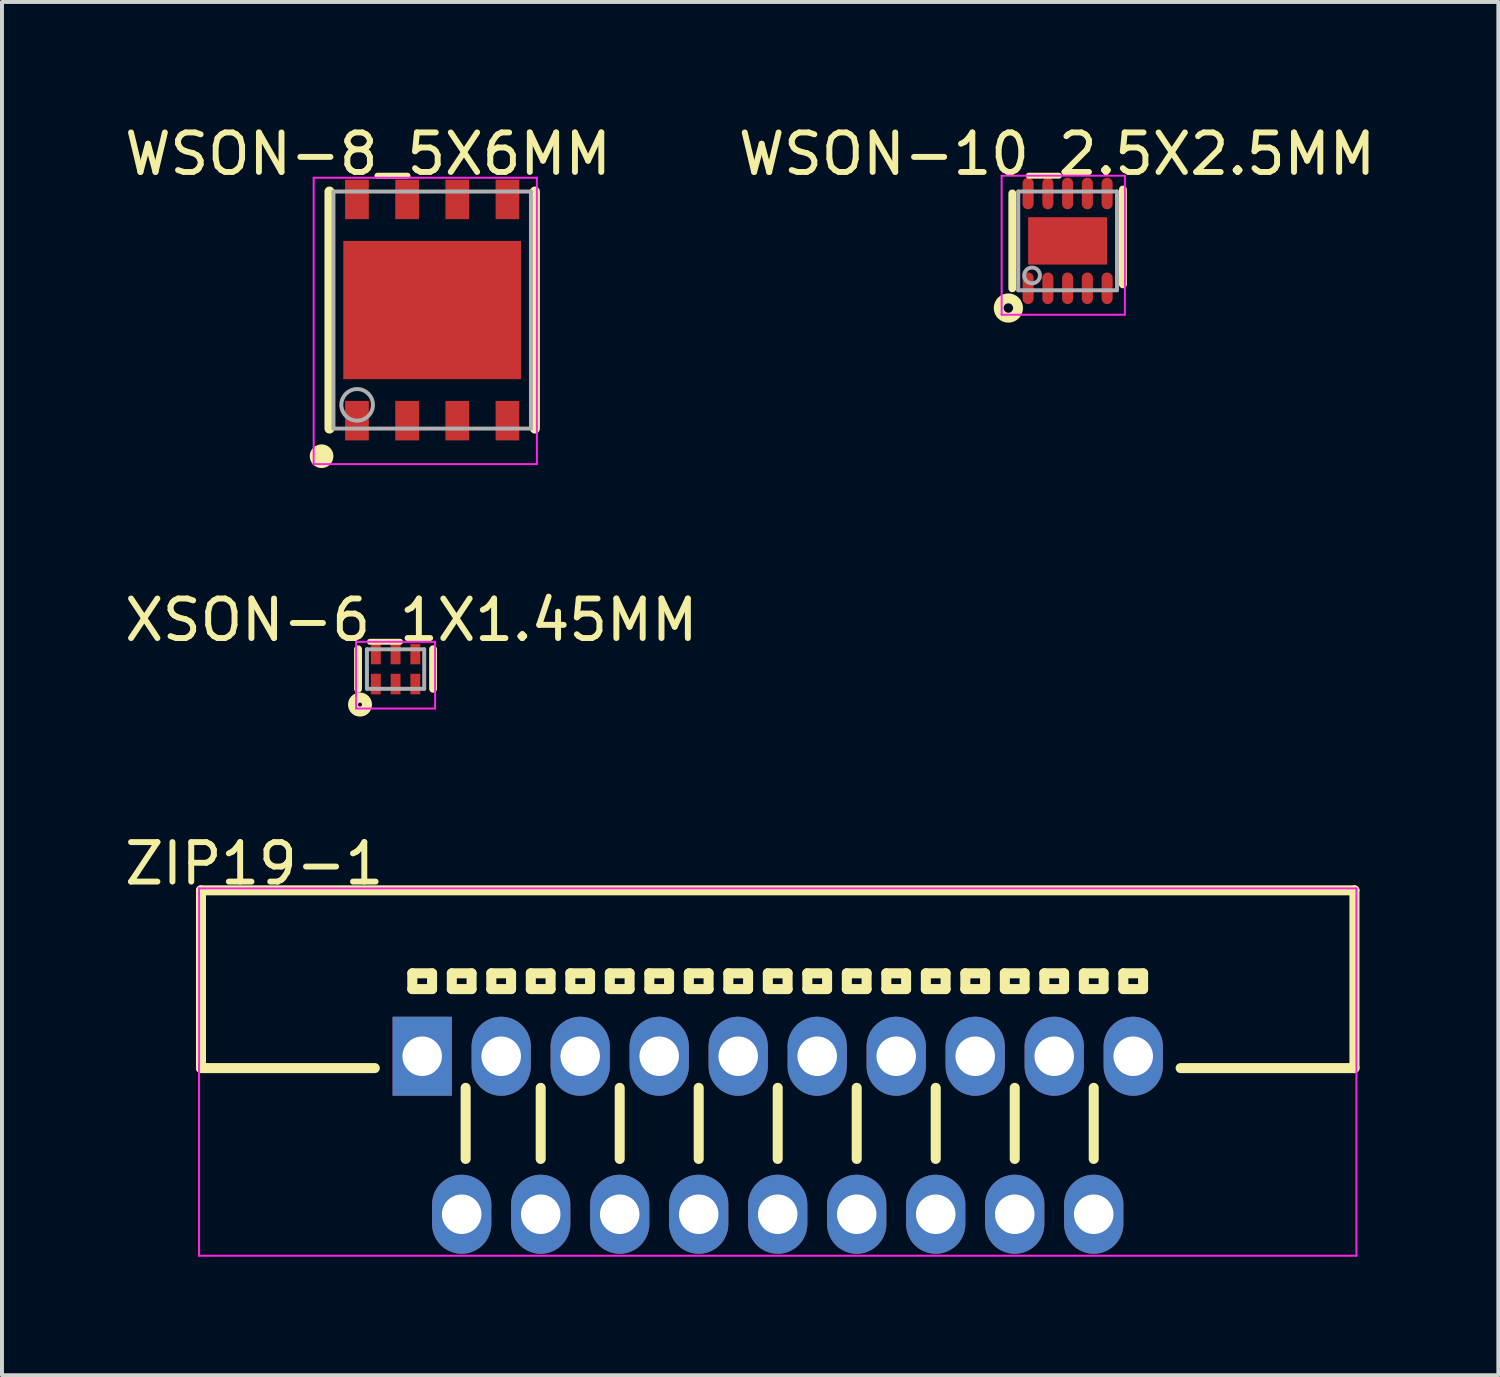
<source format=kicad_pcb>
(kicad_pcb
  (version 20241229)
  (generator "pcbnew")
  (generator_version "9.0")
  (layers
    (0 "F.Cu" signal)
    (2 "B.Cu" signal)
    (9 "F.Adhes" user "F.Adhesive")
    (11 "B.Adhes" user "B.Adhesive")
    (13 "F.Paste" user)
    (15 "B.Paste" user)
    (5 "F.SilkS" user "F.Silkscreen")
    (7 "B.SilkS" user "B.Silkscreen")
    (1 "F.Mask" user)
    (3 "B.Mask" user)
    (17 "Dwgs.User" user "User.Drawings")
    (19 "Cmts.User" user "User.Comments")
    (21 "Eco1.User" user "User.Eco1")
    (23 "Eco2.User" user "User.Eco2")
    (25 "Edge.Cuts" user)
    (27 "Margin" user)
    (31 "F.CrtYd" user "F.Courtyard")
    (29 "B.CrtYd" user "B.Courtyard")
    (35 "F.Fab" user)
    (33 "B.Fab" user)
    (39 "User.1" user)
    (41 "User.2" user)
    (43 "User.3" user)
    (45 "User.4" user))
  (footprint "WSON-8_5X6MM"
    (layer "F.Cu")
    (at 7.891 4.799)
    (property "Reference" "WSON-8_5X6MM" (at -1.624 -3.951 0) (layer "F.SilkS") (effects (font (size 1 1) (thickness 0.15))))
    (attr through_hole)
    (fp_line (start -2.6 3) (end -2.6 -3) (stroke (width 0.254) (type solid)) (layer "F.SilkS"))
    (fp_line (start 2.6 3) (end 2.6 -3) (stroke (width 0.254) (type solid)) (layer "F.SilkS"))
    (fp_circle (center -2.8 3.7) (end -2.65 3.7) (stroke (width 0.3) (type solid)) (fill no) (layer "F.SilkS"))
    (fp_line (start -3 -3.35) (end 2.65 -3.35) (stroke (width 0.05) (type solid)) (layer "F.CrtYd"))
    (fp_line (start -3 3.9) (end -3 -3.35) (stroke (width 0.05) (type solid)) (layer "F.CrtYd"))
    (fp_line (start 2.65 -3.35) (end 2.65 3.9) (stroke (width 0.05) (type solid)) (layer "F.CrtYd"))
    (fp_line (start 2.65 3.9) (end -3 3.9) (stroke (width 0.05) (type solid)) (layer "F.CrtYd"))
    (fp_line (start -2.5 -3) (end 2.5 -3) (stroke (width 0.1) (type solid)) (layer "F.Fab"))
    (fp_line (start -2.5 3) (end -2.5 -3) (stroke (width 0.1) (type solid)) (layer "F.Fab"))
    (fp_line (start -2.5 3) (end 2.5 3) (stroke (width 0.1) (type solid)) (layer "F.Fab"))
    (fp_line (start 2.5 3) (end 2.5 -3) (stroke (width 0.1) (type solid)) (layer "F.Fab"))
    (fp_circle (center -1.9 2.4) (end -1.5 2.4) (stroke (width 0.1) (type solid)) (fill no) (layer "F.Fab"))
    (pad "0" smd rect (at 0 0 180) (size 4.5 3.5) (layers "F.Cu" "F.Mask" "F.Paste"))
    (pad "1" smd rect (at -1.905 2.8 180) (size 0.6 1) (layers "F.Cu" "F.Mask" "F.Paste"))
    (pad "2" smd rect (at -0.635 2.8 180) (size 0.6 1) (layers "F.Cu" "F.Mask" "F.Paste"))
    (pad "3" smd rect (at 0.635 2.8 180) (size 0.6 1) (layers "F.Cu" "F.Mask" "F.Paste"))
    (pad "4" smd rect (at 1.905 2.8 180) (size 0.6 1) (layers "F.Cu" "F.Mask" "F.Paste"))
    (pad "5" smd rect (at 1.905 -2.8) (size 0.6 1) (layers "F.Cu" "F.Mask" "F.Paste"))
    (pad "6" smd rect (at 0.635 -2.8) (size 0.6 1) (layers "F.Cu" "F.Mask" "F.Paste"))
    (pad "7" smd rect (at -0.635 -2.8) (size 0.6 1) (layers "F.Cu" "F.Mask" "F.Paste"))
    (pad "8" smd rect (at -1.905 -2.8) (size 0.6 1) (layers "F.Cu" "F.Mask" "F.Paste")))
  (footprint "XSON-6_1X1.45MM"
    (layer "F.Cu")
    (at 6.964 13.887)
    (property "Reference" "XSON-6_1X1.45MM" (at 0.399 -1.24 0) (layer "F.SilkS") (effects (font (size 1 1) (thickness 0.15))))
    (attr through_hole)
    (fp_line (start -0.95 0.5) (end -0.95 -0.5) (stroke (width 0.2) (type solid)) (layer "F.SilkS"))
    (fp_line (start 0.95 0.5) (end 0.95 -0.5) (stroke (width 0.2) (type solid)) (layer "F.SilkS"))
    (fp_circle (center -0.9 0.9) (end -0.85 0.9) (stroke (width 0.254) (type solid)) (fill no) (layer "F.SilkS"))
    (fp_line (start -1 -0.69) (end 1 -0.69) (stroke (width 0.05) (type solid)) (layer "F.CrtYd"))
    (fp_line (start -1 1) (end -1 -0.69) (stroke (width 0.05) (type solid)) (layer "F.CrtYd"))
    (fp_line (start 1 -0.69) (end 1 1) (stroke (width 0.05) (type solid)) (layer "F.CrtYd"))
    (fp_line (start 1 1) (end -1 1) (stroke (width 0.05) (type solid)) (layer "F.CrtYd"))
    (fp_line (start -0.725 -0.5) (end 0.725 -0.5) (stroke (width 0.1) (type solid)) (layer "F.Fab"))
    (fp_line (start -0.725 0.5) (end -0.725 -0.5) (stroke (width 0.1) (type solid)) (layer "F.Fab"))
    (fp_line (start -0.725 0.5) (end 0.725 0.5) (stroke (width 0.1) (type solid)) (layer "F.Fab"))
    (fp_line (start 0.725 0.5) (end 0.725 -0.5) (stroke (width 0.1) (type solid)) (layer "F.Fab"))
    (pad "1" smd rect (at -0.5 0.38) (size 0.25 0.52) (layers "F.Cu" "F.Mask" "F.Paste"))
    (pad "2" smd rect (at 0 0.38) (size 0.25 0.52) (layers "F.Cu" "F.Mask" "F.Paste"))
    (pad "3" smd rect (at 0.5 0.38) (size 0.25 0.52) (layers "F.Cu" "F.Mask" "F.Paste"))
    (pad "4" smd rect (at 0.5 -0.38 180) (size 0.25 0.52) (layers "F.Cu" "F.Mask" "F.Paste"))
    (pad "5" smd rect (at 0 -0.38 180) (size 0.25 0.52) (layers "F.Cu" "F.Mask" "F.Paste"))
    (pad "6" smd rect (at -0.5 -0.38 180) (size 0.25 0.52) (layers "F.Cu" "F.Mask" "F.Paste")))
  (footprint "ZIP19-1"
    (layer "F.Cu")
    (at 16.638 25.689)
    (property "Reference" "ZIP19-1" (at -13.251 -6.876 0) (layer "F.SilkS") (effects (font (size 1 1) (thickness 0.15))))
    (attr through_hole)
    (fp_line (start -14.6 -6.2) (end 14.6 -6.2) (stroke (width 0.254) (type solid)) (layer "F.SilkS"))
    (fp_line (start -14.6 -1.7) (end -14.6 -6.2) (stroke (width 0.254) (type solid)) (layer "F.SilkS"))
    (fp_line (start -14.6 -1.7) (end -10.2 -1.7) (stroke (width 0.254) (type solid)) (layer "F.SilkS"))
    (fp_line (start -9.25 -4.1) (end -8.75 -4.1) (stroke (width 0.254) (type solid)) (layer "F.SilkS"))
    (fp_line (start -9.25 -3.7) (end -9.25 -4.1) (stroke (width 0.254) (type solid)) (layer "F.SilkS"))
    (fp_line (start -9.25 -3.7) (end -8.75 -3.7) (stroke (width 0.254) (type solid)) (layer "F.SilkS"))
    (fp_line (start -8.75 -3.7) (end -8.75 -4.1) (stroke (width 0.254) (type solid)) (layer "F.SilkS"))
    (fp_line (start -8.25 -4.1) (end -7.75 -4.1) (stroke (width 0.254) (type solid)) (layer "F.SilkS"))
    (fp_line (start -8.25 -3.7) (end -8.25 -4.1) (stroke (width 0.254) (type solid)) (layer "F.SilkS"))
    (fp_line (start -8.25 -3.7) (end -7.75 -3.7) (stroke (width 0.254) (type solid)) (layer "F.SilkS"))
    (fp_line (start -7.9 0.6) (end -7.9 -1.2) (stroke (width 0.254) (type solid)) (layer "F.SilkS"))
    (fp_line (start -7.75 -3.7) (end -7.75 -4.1) (stroke (width 0.254) (type solid)) (layer "F.SilkS"))
    (fp_line (start -7.25 -4.1) (end -6.75 -4.1) (stroke (width 0.254) (type solid)) (layer "F.SilkS"))
    (fp_line (start -7.25 -3.7) (end -7.25 -4.1) (stroke (width 0.254) (type solid)) (layer "F.SilkS"))
    (fp_line (start -7.25 -3.7) (end -6.75 -3.7) (stroke (width 0.254) (type solid)) (layer "F.SilkS"))
    (fp_line (start -6.75 -3.7) (end -6.75 -4.1) (stroke (width 0.254) (type solid)) (layer "F.SilkS"))
    (fp_line (start -6.25 -4.1) (end -5.75 -4.1) (stroke (width 0.254) (type solid)) (layer "F.SilkS"))
    (fp_line (start -6.25 -3.7) (end -6.25 -4.1) (stroke (width 0.254) (type solid)) (layer "F.SilkS"))
    (fp_line (start -6.25 -3.7) (end -5.75 -3.7) (stroke (width 0.254) (type solid)) (layer "F.SilkS"))
    (fp_line (start -6 0.6) (end -6 -1.2) (stroke (width 0.254) (type solid)) (layer "F.SilkS"))
    (fp_line (start -5.75 -3.7) (end -5.75 -4.1) (stroke (width 0.254) (type solid)) (layer "F.SilkS"))
    (fp_line (start -5.25 -4.1) (end -4.75 -4.1) (stroke (width 0.254) (type solid)) (layer "F.SilkS"))
    (fp_line (start -5.25 -3.7) (end -5.25 -4.1) (stroke (width 0.254) (type solid)) (layer "F.SilkS"))
    (fp_line (start -5.25 -3.7) (end -4.75 -3.7) (stroke (width 0.254) (type solid)) (layer "F.SilkS"))
    (fp_line (start -4.75 -3.7) (end -4.75 -4.1) (stroke (width 0.254) (type solid)) (layer "F.SilkS"))
    (fp_line (start -4.25 -4.1) (end -3.75 -4.1) (stroke (width 0.254) (type solid)) (layer "F.SilkS"))
    (fp_line (start -4.25 -3.7) (end -4.25 -4.1) (stroke (width 0.254) (type solid)) (layer "F.SilkS"))
    (fp_line (start -4.25 -3.7) (end -3.75 -3.7) (stroke (width 0.254) (type solid)) (layer "F.SilkS"))
    (fp_line (start -4 0.6) (end -4 -1.2) (stroke (width 0.254) (type solid)) (layer "F.SilkS"))
    (fp_line (start -3.75 -3.7) (end -3.75 -4.1) (stroke (width 0.254) (type solid)) (layer "F.SilkS"))
    (fp_line (start -3.25 -4.1) (end -2.75 -4.1) (stroke (width 0.254) (type solid)) (layer "F.SilkS"))
    (fp_line (start -3.25 -3.7) (end -3.25 -4.1) (stroke (width 0.254) (type solid)) (layer "F.SilkS"))
    (fp_line (start -3.25 -3.7) (end -2.75 -3.7) (stroke (width 0.254) (type solid)) (layer "F.SilkS"))
    (fp_line (start -2.75 -3.7) (end -2.75 -4.1) (stroke (width 0.254) (type solid)) (layer "F.SilkS"))
    (fp_line (start -2.25 -4.1) (end -1.75 -4.1) (stroke (width 0.254) (type solid)) (layer "F.SilkS"))
    (fp_line (start -2.25 -3.7) (end -2.25 -4.1) (stroke (width 0.254) (type solid)) (layer "F.SilkS"))
    (fp_line (start -2.25 -3.7) (end -1.75 -3.7) (stroke (width 0.254) (type solid)) (layer "F.SilkS"))
    (fp_line (start -2 0.6) (end -2 -1.2) (stroke (width 0.254) (type solid)) (layer "F.SilkS"))
    (fp_line (start -1.75 -3.7) (end -1.75 -4.1) (stroke (width 0.254) (type solid)) (layer "F.SilkS"))
    (fp_line (start -1.25 -4.1) (end -0.75 -4.1) (stroke (width 0.254) (type solid)) (layer "F.SilkS"))
    (fp_line (start -1.25 -3.7) (end -1.25 -4.1) (stroke (width 0.254) (type solid)) (layer "F.SilkS"))
    (fp_line (start -1.25 -3.7) (end -0.75 -3.7) (stroke (width 0.254) (type solid)) (layer "F.SilkS"))
    (fp_line (start -0.75 -3.7) (end -0.75 -4.1) (stroke (width 0.254) (type solid)) (layer "F.SilkS"))
    (fp_line (start -0.25 -4.1) (end 0.25 -4.1) (stroke (width 0.254) (type solid)) (layer "F.SilkS"))
    (fp_line (start -0.25 -3.7) (end -0.25 -4.1) (stroke (width 0.254) (type solid)) (layer "F.SilkS"))
    (fp_line (start -0.25 -3.7) (end 0.25 -3.7) (stroke (width 0.254) (type solid)) (layer "F.SilkS"))
    (fp_line (start 0 0.6) (end 0 -1.2) (stroke (width 0.254) (type solid)) (layer "F.SilkS"))
    (fp_line (start 0.25 -3.7) (end 0.25 -4.1) (stroke (width 0.254) (type solid)) (layer "F.SilkS"))
    (fp_line (start 0.75 -4.1) (end 1.25 -4.1) (stroke (width 0.254) (type solid)) (layer "F.SilkS"))
    (fp_line (start 0.75 -3.7) (end 0.75 -4.1) (stroke (width 0.254) (type solid)) (layer "F.SilkS"))
    (fp_line (start 0.75 -3.7) (end 1.25 -3.7) (stroke (width 0.254) (type solid)) (layer "F.SilkS"))
    (fp_line (start 1.25 -3.7) (end 1.25 -4.1) (stroke (width 0.254) (type solid)) (layer "F.SilkS"))
    (fp_line (start 1.75 -4.1) (end 2.25 -4.1) (stroke (width 0.254) (type solid)) (layer "F.SilkS"))
    (fp_line (start 1.75 -3.7) (end 1.75 -4.1) (stroke (width 0.254) (type solid)) (layer "F.SilkS"))
    (fp_line (start 1.75 -3.7) (end 2.25 -3.7) (stroke (width 0.254) (type solid)) (layer "F.SilkS"))
    (fp_line (start 2 0.6) (end 2 -1.2) (stroke (width 0.254) (type solid)) (layer "F.SilkS"))
    (fp_line (start 2.25 -3.7) (end 2.25 -4.1) (stroke (width 0.254) (type solid)) (layer "F.SilkS"))
    (fp_line (start 2.75 -4.1) (end 3.25 -4.1) (stroke (width 0.254) (type solid)) (layer "F.SilkS"))
    (fp_line (start 2.75 -3.7) (end 2.75 -4.1) (stroke (width 0.254) (type solid)) (layer "F.SilkS"))
    (fp_line (start 2.75 -3.7) (end 3.25 -3.7) (stroke (width 0.254) (type solid)) (layer "F.SilkS"))
    (fp_line (start 3.25 -3.7) (end 3.25 -4.1) (stroke (width 0.254) (type solid)) (layer "F.SilkS"))
    (fp_line (start 3.75 -4.1) (end 4.25 -4.1) (stroke (width 0.254) (type solid)) (layer "F.SilkS"))
    (fp_line (start 3.75 -3.7) (end 3.75 -4.1) (stroke (width 0.254) (type solid)) (layer "F.SilkS"))
    (fp_line (start 3.75 -3.7) (end 4.25 -3.7) (stroke (width 0.254) (type solid)) (layer "F.SilkS"))
    (fp_line (start 4 0.6) (end 4 -1.2) (stroke (width 0.254) (type solid)) (layer "F.SilkS"))
    (fp_line (start 4.25 -3.7) (end 4.25 -4.1) (stroke (width 0.254) (type solid)) (layer "F.SilkS"))
    (fp_line (start 4.75 -4.1) (end 5.25 -4.1) (stroke (width 0.254) (type solid)) (layer "F.SilkS"))
    (fp_line (start 4.75 -3.7) (end 4.75 -4.1) (stroke (width 0.254) (type solid)) (layer "F.SilkS"))
    (fp_line (start 4.75 -3.7) (end 5.25 -3.7) (stroke (width 0.254) (type solid)) (layer "F.SilkS"))
    (fp_line (start 5.25 -3.7) (end 5.25 -4.1) (stroke (width 0.254) (type solid)) (layer "F.SilkS"))
    (fp_line (start 5.75 -4.1) (end 6.25 -4.1) (stroke (width 0.254) (type solid)) (layer "F.SilkS"))
    (fp_line (start 5.75 -3.7) (end 5.75 -4.1) (stroke (width 0.254) (type solid)) (layer "F.SilkS"))
    (fp_line (start 5.75 -3.7) (end 6.25 -3.7) (stroke (width 0.254) (type solid)) (layer "F.SilkS"))
    (fp_line (start 6 0.6) (end 6 -1.2) (stroke (width 0.254) (type solid)) (layer "F.SilkS"))
    (fp_line (start 6.25 -3.7) (end 6.25 -4.1) (stroke (width 0.254) (type solid)) (layer "F.SilkS"))
    (fp_line (start 6.75 -4.1) (end 7.25 -4.1) (stroke (width 0.254) (type solid)) (layer "F.SilkS"))
    (fp_line (start 6.75 -3.7) (end 6.75 -4.1) (stroke (width 0.254) (type solid)) (layer "F.SilkS"))
    (fp_line (start 6.75 -3.7) (end 7.25 -3.7) (stroke (width 0.254) (type solid)) (layer "F.SilkS"))
    (fp_line (start 7.25 -3.7) (end 7.25 -4.1) (stroke (width 0.254) (type solid)) (layer "F.SilkS"))
    (fp_line (start 7.75 -4.1) (end 8.25 -4.1) (stroke (width 0.254) (type solid)) (layer "F.SilkS"))
    (fp_line (start 7.75 -3.7) (end 7.75 -4.1) (stroke (width 0.254) (type solid)) (layer "F.SilkS"))
    (fp_line (start 7.75 -3.7) (end 8.25 -3.7) (stroke (width 0.254) (type solid)) (layer "F.SilkS"))
    (fp_line (start 8 0.6) (end 8 -1.2) (stroke (width 0.254) (type solid)) (layer "F.SilkS"))
    (fp_line (start 8.25 -3.7) (end 8.25 -4.1) (stroke (width 0.254) (type solid)) (layer "F.SilkS"))
    (fp_line (start 8.75 -4.1) (end 9.25 -4.1) (stroke (width 0.254) (type solid)) (layer "F.SilkS"))
    (fp_line (start 8.75 -3.7) (end 8.75 -4.1) (stroke (width 0.254) (type solid)) (layer "F.SilkS"))
    (fp_line (start 8.75 -3.7) (end 9.25 -3.7) (stroke (width 0.254) (type solid)) (layer "F.SilkS"))
    (fp_line (start 9.25 -3.7) (end 9.25 -4.1) (stroke (width 0.254) (type solid)) (layer "F.SilkS"))
    (fp_line (start 10.2 -1.7) (end 14.6 -1.7) (stroke (width 0.254) (type solid)) (layer "F.SilkS"))
    (fp_line (start 14.6 -1.7) (end 14.6 -6.2) (stroke (width 0.254) (type solid)) (layer "F.SilkS"))
    (fp_line (start -14.65 -6.25) (end 14.65 -6.25) (stroke (width 0.05) (type solid)) (layer "F.CrtYd"))
    (fp_line (start -14.65 3.05) (end -14.65 -6.25) (stroke (width 0.05) (type solid)) (layer "F.CrtYd"))
    (fp_line (start 14.65 -6.25) (end 14.65 3.05) (stroke (width 0.05) (type solid)) (layer "F.CrtYd"))
    (fp_line (start 14.65 3.05) (end -14.65 3.05) (stroke (width 0.05) (type solid)) (layer "F.CrtYd"))
    (pad "1" thru_hole rect (at -9 -2) (size 1.5 2) (drill 1) (layers "*.Cu" "*.Mask"))
    (pad "2" thru_hole oval (at -8 2) (size 1.5 2) (drill 1) (layers "*.Cu" "*.Mask"))
    (pad "3" thru_hole oval (at -7 -2) (size 1.5 2) (drill 1) (layers "*.Cu" "*.Mask"))
    (pad "4" thru_hole oval (at -6 2) (size 1.5 2) (drill 1) (layers "*.Cu" "*.Mask"))
    (pad "5" thru_hole oval (at -5 -2) (size 1.5 2) (drill 1) (layers "*.Cu" "*.Mask"))
    (pad "6" thru_hole oval (at -4 2) (size 1.5 2) (drill 1) (layers "*.Cu" "*.Mask"))
    (pad "7" thru_hole oval (at -3 -2) (size 1.5 2) (drill 1) (layers "*.Cu" "*.Mask"))
    (pad "8" thru_hole oval (at -2 2) (size 1.5 2) (drill 1) (layers "*.Cu" "*.Mask"))
    (pad "9" thru_hole oval (at -1 -2) (size 1.5 2) (drill 1) (layers "*.Cu" "*.Mask"))
    (pad "10" thru_hole oval (at 0 2) (size 1.5 2) (drill 1) (layers "*.Cu" "*.Mask"))
    (pad "11" thru_hole oval (at 1 -2) (size 1.5 2) (drill 1) (layers "*.Cu" "*.Mask"))
    (pad "12" thru_hole oval (at 2 2) (size 1.5 2) (drill 1) (layers "*.Cu" "*.Mask"))
    (pad "13" thru_hole oval (at 3 -2) (size 1.5 2) (drill 1) (layers "*.Cu" "*.Mask"))
    (pad "14" thru_hole oval (at 4 2) (size 1.5 2) (drill 1) (layers "*.Cu" "*.Mask"))
    (pad "15" thru_hole oval (at 5 -2) (size 1.5 2) (drill 1) (layers "*.Cu" "*.Mask"))
    (pad "16" thru_hole oval (at 6 2) (size 1.5 2) (drill 1) (layers "*.Cu" "*.Mask"))
    (pad "17" thru_hole oval (at 7 -2) (size 1.5 2) (drill 1) (layers "*.Cu" "*.Mask"))
    (pad "18" thru_hole oval (at 8 2) (size 1.5 2) (drill 1) (layers "*.Cu" "*.Mask"))
    (pad "19" thru_hole oval (at 9 -2) (size 1.5 2) (drill 1) (layers "*.Cu" "*.Mask")))
  (footprint "WSON-10_2.5X2.5MM"
    (layer "F.Cu")
    (at 23.977 3.048)
    (property "Reference" "WSON-10_2.5X2.5MM" (at -0.269 -2.2 0) (layer "F.SilkS") (effects (font (size 1 1) (thickness 0.15))))
    (attr through_hole)
    (fp_line (start -1.4 1.2) (end -1.4 -1.2) (stroke (width 0.2) (type solid)) (layer "F.SilkS"))
    (fp_line (start 1.4 1.1) (end 1.4 -1.3) (stroke (width 0.2) (type solid)) (layer "F.SilkS"))
    (fp_circle (center -1.5 1.7) (end -1.38 1.7) (stroke (width 0.25) (type solid)) (fill no) (layer "F.SilkS"))
    (fp_line (start -1.67 -1.65) (end 1.45 -1.65) (stroke (width 0.05) (type solid)) (layer "F.CrtYd"))
    (fp_line (start -1.67 1.87) (end -1.67 -1.65) (stroke (width 0.05) (type solid)) (layer "F.CrtYd"))
    (fp_line (start 1.45 -1.65) (end 1.45 1.87) (stroke (width 0.05) (type solid)) (layer "F.CrtYd"))
    (fp_line (start 1.45 1.87) (end -1.67 1.87) (stroke (width 0.05) (type solid)) (layer "F.CrtYd"))
    (fp_line (start -1.25 -1.25) (end 1.25 -1.25) (stroke (width 0.1) (type solid)) (layer "F.Fab"))
    (fp_line (start -1.25 1.25) (end -1.25 -1.25) (stroke (width 0.1) (type solid)) (layer "F.Fab"))
    (fp_line (start -1.25 1.25) (end 1.25 1.25) (stroke (width 0.1) (type solid)) (layer "F.Fab"))
    (fp_line (start 1.25 1.25) (end 1.25 -1.25) (stroke (width 0.1) (type solid)) (layer "F.Fab"))
    (fp_circle (center -0.9 0.875) (end -0.7 0.875) (stroke (width 0.1) (type solid)) (fill no) (layer "F.Fab"))
    (pad "0" smd rect (at 0 0) (size 2 1.2) (layers "F.Cu" "F.Mask" "F.Paste"))
    (pad "1" smd oval (at -1 1.2 180) (size 0.28 0.8) (layers "F.Cu" "F.Mask" "F.Paste"))
    (pad "2" smd oval (at -0.5 1.2 180) (size 0.28 0.8) (layers "F.Cu" "F.Mask" "F.Paste"))
    (pad "3" smd oval (at 0 1.2 180) (size 0.28 0.8) (layers "F.Cu" "F.Mask" "F.Paste"))
    (pad "4" smd oval (at 0.5 1.2 180) (size 0.28 0.8) (layers "F.Cu" "F.Mask" "F.Paste"))
    (pad "5" smd oval (at 1 1.2 180) (size 0.28 0.8) (layers "F.Cu" "F.Mask" "F.Paste"))
    (pad "6" smd oval (at 1 -1.2) (size 0.28 0.8) (layers "F.Cu" "F.Mask" "F.Paste"))
    (pad "7" smd oval (at 0.5 -1.2) (size 0.28 0.8) (layers "F.Cu" "F.Mask" "F.Paste"))
    (pad "8" smd oval (at 0 -1.2) (size 0.28 0.8) (layers "F.Cu" "F.Mask" "F.Paste"))
    (pad "9" smd oval (at -0.5 -1.2) (size 0.28 0.8) (layers "F.Cu" "F.Mask" "F.Paste"))
    (pad "10" smd oval (at -1 -1.2) (size 0.28 0.8) (layers "F.Cu" "F.Mask" "F.Paste")))
  (gr_rect
    (start -3 -3)
    (end 34.881 31.764)
    (stroke (width 0.1) (type default))
    (fill no)
    (layer "Edge.Cuts")))
</source>
